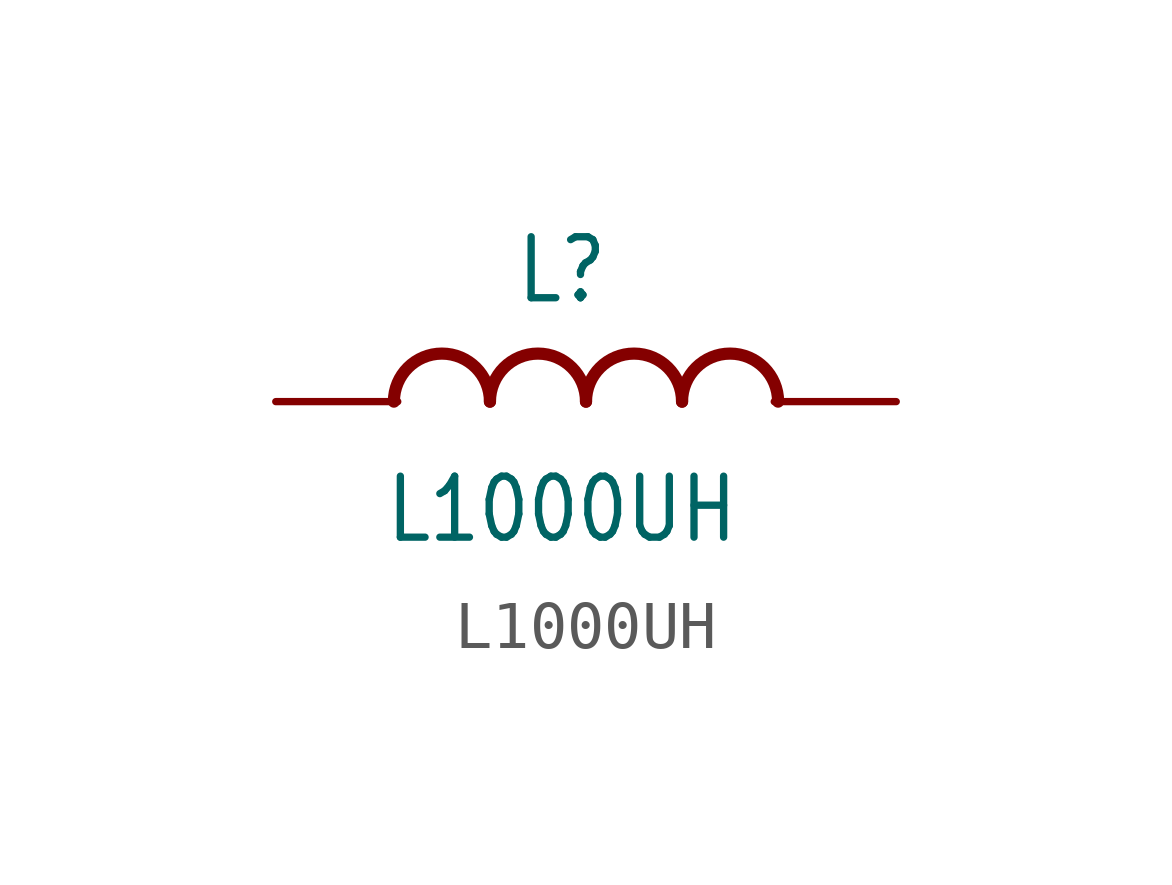
<source format=kicad_sym>
(kicad_symbol_lib
  (version 20211014)
  (generator kicad_symbol_editor)
  (symbol "L1000UH"
    (property "Reference" "L"
      (at -0.5 2 0)
      (effects (font (size 1.27 1.079)) (justify bottom)))
    (property "Value" "L1000UH"
      (at -0.5 -1.5 0)
      (effects (font (size 1.27 1.079)) (justify top)))
    (property "ki_locked" ""
      (at 0 0 0)
      (effects (font (size 1.27 1.27))))
    (symbol "L1000UH_1_0"
      (arc (start -2 0) (mid -3 1) (end -4 0) (stroke (width 0.254) (type default) (color 0 0 0 0)) (fill (type none)))
      (arc (start 0 0) (mid -1 1) (end -2 0) (stroke (width 0.254) (type default) (color 0 0 0 0)) (fill (type none)))
      (arc (start 2 0) (mid 1 1) (end 0 0) (stroke (width 0.254) (type default) (color 0 0 0 0)) (fill (type none)))
      (arc (start 4 0) (mid 3 1) (end 2 0) (stroke (width 0.254) (type default) (color 0 0 0 0)) (fill (type none)))
      (pin bidirectional line (at -6.46 0 0) (length 2.54) (name "P$1" (effects (font (size 0 0)))) (number "P$1" (effects (font (size 0 0)))))
      (pin bidirectional line (at 6.46 0 180) (length 2.54) (name "P$2" (effects (font (size 0 0)))) (number "P$2" (effects (font (size 0 0))))))))
</source>
